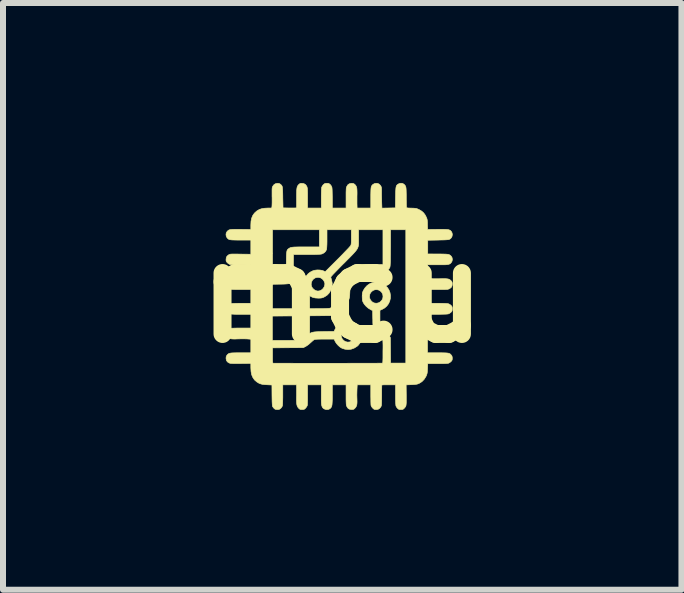
<source format=kicad_pcb>
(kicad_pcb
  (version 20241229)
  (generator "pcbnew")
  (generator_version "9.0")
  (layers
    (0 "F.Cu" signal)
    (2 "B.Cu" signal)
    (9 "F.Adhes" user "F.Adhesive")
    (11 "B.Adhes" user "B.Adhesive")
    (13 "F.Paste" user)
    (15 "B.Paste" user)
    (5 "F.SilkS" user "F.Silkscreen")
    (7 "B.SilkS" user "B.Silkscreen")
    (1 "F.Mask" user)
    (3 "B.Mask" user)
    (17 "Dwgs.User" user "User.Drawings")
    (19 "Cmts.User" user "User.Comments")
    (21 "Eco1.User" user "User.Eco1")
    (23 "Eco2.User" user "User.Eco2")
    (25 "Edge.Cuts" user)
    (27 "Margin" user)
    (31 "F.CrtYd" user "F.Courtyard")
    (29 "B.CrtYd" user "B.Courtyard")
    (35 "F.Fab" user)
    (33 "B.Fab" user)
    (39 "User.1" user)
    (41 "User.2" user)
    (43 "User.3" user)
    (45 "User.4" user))
  (footprint "mcu"
    (layer "F.Cu")
    (at 2.656 1.829)
    (property "Reference" "mcu" (at 0 0 0) (layer "F.SilkS") (effects (font (size 1.524 1.524) (thickness 0.3))))
    (attr through_hole)
    (fp_poly (pts (xy 1.007 -1.82) (xy 1.03 -1.807) (xy 1.03 -1.806) (xy 1.041 -1.796) (xy 1.05 -1.785) (xy 1.056 -1.773) (xy 1.061 -1.759) (xy 1.064 -1.739) (xy 1.066 -1.713) (xy 1.067 -1.679) (xy 1.068 -1.634) (xy 1.068 -1.597) (xy 1.068 -1.553) (xy 1.069 -1.512) (xy 1.069 -1.477) (xy 1.07 -1.45) (xy 1.071 -1.432) (xy 1.071 -1.426) (xy 1.073 -1.42) (xy 1.077 -1.416) (xy 1.084 -1.413) (xy 1.098 -1.411) (xy 1.12 -1.41) (xy 1.153 -1.409) (xy 1.155 -1.409) (xy 1.189 -1.408) (xy 1.213 -1.406) (xy 1.232 -1.404) (xy 1.248 -1.399) (xy 1.264 -1.392) (xy 1.284 -1.383) (xy 1.326 -1.358) (xy 1.358 -1.329) (xy 1.385 -1.292) (xy 1.399 -1.264) (xy 1.407 -1.246) (xy 1.413 -1.231) (xy 1.417 -1.214) (xy 1.419 -1.194) (xy 1.421 -1.167) (xy 1.421 -1.138) (xy 1.424 -1.053) (xy 1.593 -1.055) (xy 1.648 -1.055) (xy 1.692 -1.055) (xy 1.726 -1.054) (xy 1.753 -1.052) (xy 1.773 -1.049) (xy 1.788 -1.044) (xy 1.8 -1.038) (xy 1.81 -1.029) (xy 1.82 -1.018) (xy 1.821 -1.017) (xy 1.832 -0.994) (xy 1.836 -0.966) (xy 1.831 -0.938) (xy 1.819 -0.915) (xy 1.81 -0.905) (xy 1.802 -0.897) (xy 1.792 -0.891) (xy 1.779 -0.886) (xy 1.763 -0.883) (xy 1.74 -0.881) (xy 1.71 -0.879) (xy 1.671 -0.878) (xy 1.621 -0.877) (xy 1.6 -0.876) (xy 1.426 -0.873) (xy 1.426 -0.645) (xy 1.594 -0.644) (xy 1.648 -0.644) (xy 1.691 -0.643) (xy 1.725 -0.642) (xy 1.75 -0.64) (xy 1.77 -0.637) (xy 1.785 -0.632) (xy 1.796 -0.626) (xy 1.807 -0.617) (xy 1.817 -0.607) (xy 1.819 -0.605) (xy 1.832 -0.582) (xy 1.836 -0.555) (xy 1.832 -0.526) (xy 1.818 -0.502) (xy 1.818 -0.501) (xy 1.808 -0.491) (xy 1.799 -0.482) (xy 1.787 -0.476) (xy 1.772 -0.471) (xy 1.753 -0.468) (xy 1.727 -0.465) (xy 1.693 -0.464) (xy 1.649 -0.464) (xy 1.595 -0.464) (xy 1.591 -0.464) (xy 1.422 -0.464) (xy 1.422 -0.237) (xy 1.487 -0.233) (xy 1.519 -0.231) (xy 1.559 -0.231) (xy 1.601 -0.231) (xy 1.642 -0.232) (xy 1.647 -0.232) (xy 1.694 -0.233) (xy 1.73 -0.232) (xy 1.757 -0.229) (xy 1.779 -0.224) (xy 1.795 -0.215) (xy 1.81 -0.204) (xy 1.814 -0.199) (xy 1.827 -0.184) (xy 1.833 -0.169) (xy 1.835 -0.149) (xy 1.835 -0.143) (xy 1.831 -0.112) (xy 1.819 -0.089) (xy 1.796 -0.07) (xy 1.784 -0.063) (xy 1.776 -0.06) (xy 1.766 -0.057) (xy 1.755 -0.054) (xy 1.738 -0.053) (xy 1.716 -0.052) (xy 1.687 -0.051) (xy 1.648 -0.051) (xy 1.598 -0.051) (xy 1.591 -0.051) (xy 1.422 -0.051) (xy 1.422 0.178) (xy 1.583 0.178) (xy 1.635 0.178) (xy 1.681 0.179) (xy 1.719 0.18) (xy 1.748 0.182) (xy 1.766 0.184) (xy 1.768 0.185) (xy 1.789 0.194) (xy 1.809 0.208) (xy 1.814 0.213) (xy 1.826 0.226) (xy 1.833 0.239) (xy 1.835 0.257) (xy 1.835 0.27) (xy 1.834 0.292) (xy 1.831 0.306) (xy 1.822 0.319) (xy 1.814 0.327) (xy 1.795 0.342) (xy 1.774 0.353) (xy 1.768 0.355) (xy 1.753 0.357) (xy 1.727 0.359) (xy 1.692 0.36) (xy 1.647 0.361) (xy 1.596 0.362) (xy 1.583 0.362) (xy 1.422 0.362) (xy 1.422 0.591) (xy 1.589 0.591) (xy 1.64 0.591) (xy 1.681 0.591) (xy 1.712 0.592) (xy 1.735 0.593) (xy 1.752 0.595) (xy 1.765 0.597) (xy 1.775 0.6) (xy 1.782 0.603) (xy 1.81 0.62) (xy 1.827 0.642) (xy 1.835 0.67) (xy 1.835 0.683) (xy 1.834 0.705) (xy 1.83 0.719) (xy 1.819 0.733) (xy 1.813 0.739) (xy 1.796 0.754) (xy 1.777 0.764) (xy 1.752 0.77) (xy 1.721 0.773) (xy 1.681 0.774) (xy 1.665 0.773) (xy 1.627 0.773) (xy 1.583 0.773) (xy 1.538 0.773) (xy 1.507 0.773) (xy 1.422 0.775) (xy 1.422 1.003) (xy 1.591 1.003) (xy 1.646 1.003) (xy 1.69 1.004) (xy 1.725 1.005) (xy 1.751 1.007) (xy 1.771 1.01) (xy 1.786 1.015) (xy 1.798 1.021) (xy 1.808 1.03) (xy 1.817 1.04) (xy 1.818 1.041) (xy 1.829 1.057) (xy 1.834 1.075) (xy 1.835 1.095) (xy 1.834 1.116) (xy 1.829 1.131) (xy 1.818 1.145) (xy 1.812 1.151) (xy 1.791 1.168) (xy 1.769 1.178) (xy 1.766 1.179) (xy 1.753 1.18) (xy 1.73 1.182) (xy 1.698 1.183) (xy 1.66 1.183) (xy 1.617 1.184) (xy 1.584 1.184) (xy 1.426 1.184) (xy 1.422 1.269) (xy 1.42 1.303) (xy 1.418 1.329) (xy 1.415 1.348) (xy 1.41 1.364) (xy 1.404 1.381) (xy 1.395 1.4) (xy 1.365 1.447) (xy 1.328 1.485) (xy 1.285 1.512) (xy 1.271 1.518) (xy 1.252 1.525) (xy 1.231 1.529) (xy 1.205 1.532) (xy 1.171 1.534) (xy 1.151 1.535) (xy 1.066 1.538) (xy 1.068 1.707) (xy 1.068 1.76) (xy 1.068 1.802) (xy 1.068 1.835) (xy 1.066 1.86) (xy 1.064 1.878) (xy 1.06 1.893) (xy 1.054 1.904) (xy 1.046 1.914) (xy 1.037 1.925) (xy 1.033 1.929) (xy 1.02 1.941) (xy 1.008 1.947) (xy 0.991 1.949) (xy 0.978 1.949) (xy 0.956 1.949) (xy 0.942 1.945) (xy 0.93 1.936) (xy 0.922 1.929) (xy 0.908 1.912) (xy 0.898 1.894) (xy 0.896 1.89) (xy 0.894 1.878) (xy 0.892 1.854) (xy 0.89 1.82) (xy 0.889 1.777) (xy 0.889 1.725) (xy 0.889 1.705) (xy 0.889 1.537) (xy 0.775 1.537) (xy 0.734 1.537) (xy 0.704 1.537) (xy 0.684 1.538) (xy 0.671 1.539) (xy 0.664 1.541) (xy 0.66 1.545) (xy 0.659 1.549) (xy 0.659 1.551) (xy 0.659 1.561) (xy 0.659 1.582) (xy 0.658 1.612) (xy 0.658 1.649) (xy 0.658 1.69) (xy 0.658 1.724) (xy 0.657 1.773) (xy 0.657 1.811) (xy 0.656 1.84) (xy 0.655 1.862) (xy 0.654 1.877) (xy 0.651 1.888) (xy 0.648 1.896) (xy 0.644 1.904) (xy 0.643 1.906) (xy 0.623 1.93) (xy 0.601 1.944) (xy 0.572 1.949) (xy 0.564 1.949) (xy 0.544 1.948) (xy 0.53 1.944) (xy 0.516 1.933) (xy 0.508 1.925) (xy 0.493 1.907) (xy 0.483 1.888) (xy 0.48 1.88) (xy 0.479 1.868) (xy 0.478 1.845) (xy 0.477 1.814) (xy 0.477 1.776) (xy 0.476 1.733) (xy 0.476 1.698) (xy 0.476 1.537) (xy 0.25 1.537) (xy 0.246 1.623) (xy 0.245 1.663) (xy 0.244 1.707) (xy 0.245 1.749) (xy 0.246 1.78) (xy 0.247 1.824) (xy 0.245 1.858) (xy 0.239 1.885) (xy 0.229 1.906) (xy 0.215 1.924) (xy 0.212 1.927) (xy 0.197 1.941) (xy 0.184 1.947) (xy 0.166 1.949) (xy 0.156 1.949) (xy 0.125 1.945) (xy 0.1 1.932) (xy 0.082 1.908) (xy 0.076 1.896) (xy 0.072 1.887) (xy 0.069 1.876) (xy 0.067 1.863) (xy 0.066 1.844) (xy 0.065 1.819) (xy 0.064 1.786) (xy 0.064 1.744) (xy 0.064 1.703) (xy 0.064 1.537) (xy -0.165 1.537) (xy -0.165 1.703) (xy -0.165 1.76) (xy -0.166 1.805) (xy -0.168 1.841) (xy -0.17 1.868) (xy -0.174 1.889) (xy -0.18 1.905) (xy -0.187 1.917) (xy -0.197 1.928) (xy -0.206 1.936) (xy -0.229 1.947) (xy -0.258 1.95) (xy -0.286 1.945) (xy -0.306 1.936) (xy -0.321 1.924) (xy -0.331 1.91) (xy -0.339 1.892) (xy -0.345 1.868) (xy -0.348 1.837) (xy -0.349 1.797) (xy -0.349 1.751) (xy -0.349 1.709) (xy -0.349 1.668) (xy -0.349 1.631) (xy -0.349 1.601) (xy -0.349 1.586) (xy -0.349 1.537) (xy -0.578 1.537) (xy -0.578 1.698) (xy -0.578 1.743) (xy -0.578 1.785) (xy -0.579 1.822) (xy -0.58 1.851) (xy -0.581 1.871) (xy -0.582 1.88) (xy -0.589 1.896) (xy -0.602 1.915) (xy -0.61 1.925) (xy -0.624 1.939) (xy -0.637 1.946) (xy -0.653 1.949) (xy -0.669 1.949) (xy -0.691 1.949) (xy -0.705 1.945) (xy -0.718 1.936) (xy -0.726 1.928) (xy -0.739 1.912) (xy -0.749 1.894) (xy -0.756 1.872) (xy -0.76 1.843) (xy -0.762 1.806) (xy -0.762 1.759) (xy -0.761 1.719) (xy -0.761 1.676) (xy -0.761 1.636) (xy -0.761 1.603) (xy -0.761 1.602) (xy -0.762 1.537) (xy -0.991 1.537) (xy -0.991 1.7) (xy -0.991 1.747) (xy -0.992 1.79) (xy -0.993 1.828) (xy -0.994 1.858) (xy -0.996 1.879) (xy -0.997 1.887) (xy -1.007 1.907) (xy -1.022 1.926) (xy -1.026 1.93) (xy -1.042 1.942) (xy -1.057 1.948) (xy -1.079 1.949) (xy -1.082 1.949) (xy -1.105 1.948) (xy -1.12 1.943) (xy -1.134 1.933) (xy -1.136 1.931) (xy -1.15 1.915) (xy -1.161 1.898) (xy -1.163 1.895) (xy -1.165 1.881) (xy -1.167 1.856) (xy -1.169 1.819) (xy -1.17 1.77) (xy -1.171 1.711) (xy -1.171 1.708) (xy -1.172 1.54) (xy -1.254 1.536) (xy -1.299 1.533) (xy -1.334 1.529) (xy -1.362 1.521) (xy -1.388 1.511) (xy -1.414 1.495) (xy -1.425 1.488) (xy -1.462 1.456) (xy -1.489 1.417) (xy -1.509 1.372) (xy -1.52 1.317) (xy -1.524 1.254) (xy -1.524 1.18) (xy -1.694 1.182) (xy -1.745 1.182) (xy -1.786 1.182) (xy -1.817 1.182) (xy -1.84 1.181) (xy -1.858 1.18) (xy -1.87 1.178) (xy -1.88 1.175) (xy -1.888 1.172) (xy -1.915 1.154) (xy -1.931 1.13) (xy -1.937 1.098) (xy -1.937 1.093) (xy -1.935 1.07) (xy -1.928 1.053) (xy -1.92 1.041) (xy -1.91 1.03) (xy -1.9 1.022) (xy -1.889 1.015) (xy -1.874 1.011) (xy -1.854 1.007) (xy -1.828 1.005) (xy -1.795 1.004) (xy -1.751 1.003) (xy -1.697 1.003) (xy -1.524 1.003) (xy -1.524 0.777) (xy -1.587 0.772) (xy -1.619 0.771) (xy -1.658 0.771) (xy -1.7 0.771) (xy -1.74 0.772) (xy -1.742 0.772) (xy -1.79 0.774) (xy -1.828 0.773) (xy -1.857 0.77) (xy -1.88 0.763) (xy -1.898 0.753) (xy -1.915 0.739) (xy -1.915 0.738) (xy -1.928 0.724) (xy -1.934 0.712) (xy -1.937 0.694) (xy -1.937 0.681) (xy -1.936 0.66) (xy -1.932 0.646) (xy -1.923 0.633) (xy -1.912 0.622) (xy -1.894 0.608) (xy -1.875 0.597) (xy -1.867 0.595) (xy -1.855 0.594) (xy -1.832 0.593) (xy -1.801 0.592) (xy -1.763 0.591) (xy -1.72 0.591) (xy -1.685 0.591) (xy -1.524 0.591) (xy -1.524 0.391) (xy -1.165 0.391) (xy -1.165 0.797) (xy -0.927 0.797) (xy -0.864 0.796) (xy -0.811 0.796) (xy -0.769 0.796) (xy -0.735 0.795) (xy -0.708 0.792) (xy -0.686 0.789) (xy -0.669 0.784) (xy -0.654 0.777) (xy -0.64 0.768) (xy -0.627 0.756) (xy -0.611 0.742) (xy -0.595 0.727) (xy -0.575 0.708) (xy -0.018 0.708) (xy -0.013 0.742) (xy 0.001 0.772) (xy 0.025 0.799) (xy 0.055 0.817) (xy 0.088 0.825) (xy 0.122 0.823) (xy 0.142 0.815) (xy 0.168 0.799) (xy 0.186 0.779) (xy 0.198 0.761) (xy 0.208 0.727) (xy 0.208 0.694) (xy 0.198 0.663) (xy 0.18 0.636) (xy 0.156 0.615) (xy 0.126 0.602) (xy 0.093 0.597) (xy 0.061 0.603) (xy 0.028 0.62) (xy 0.004 0.644) (xy -0.012 0.675) (xy -0.018 0.708) (xy -0.575 0.708) (xy -0.573 0.706) (xy -0.554 0.69) (xy -0.535 0.677) (xy -0.516 0.668) (xy -0.494 0.661) (xy -0.467 0.656) (xy -0.434 0.653) (xy -0.394 0.651) (xy -0.343 0.65) (xy -0.305 0.649) (xy -0.136 0.647) (xy -0.122 0.616) (xy -0.104 0.586) (xy -0.079 0.555) (xy -0.051 0.526) (xy -0.023 0.504) (xy -0.012 0.498) (xy 0.035 0.481) (xy 0.085 0.475) (xy 0.137 0.479) (xy 0.187 0.492) (xy 0.232 0.515) (xy 0.259 0.536) (xy 0.285 0.566) (xy 0.307 0.603) (xy 0.323 0.645) (xy 0.333 0.687) (xy 0.334 0.725) (xy 0.333 0.735) (xy 0.319 0.792) (xy 0.296 0.84) (xy 0.266 0.879) (xy 0.249 0.894) (xy 0.201 0.924) (xy 0.15 0.943) (xy 0.097 0.949) (xy 0.044 0.943) (xy -0.003 0.928) (xy -0.035 0.909) (xy -0.067 0.881) (xy -0.095 0.849) (xy -0.117 0.816) (xy -0.118 0.813) (xy -0.136 0.775) (xy -0.29 0.775) (xy -0.339 0.775) (xy -0.383 0.776) (xy -0.418 0.777) (xy -0.444 0.779) (xy -0.459 0.781) (xy -0.461 0.781) (xy -0.473 0.788) (xy -0.491 0.802) (xy -0.512 0.821) (xy -0.529 0.836) (xy -0.559 0.863) (xy -0.589 0.885) (xy -0.614 0.9) (xy -0.615 0.901) (xy -0.651 0.918) (xy -0.906 0.919) (xy -1.162 0.921) (xy -1.162 1.048) (xy -1.162 1.091) (xy -1.162 1.123) (xy -1.161 1.146) (xy -1.16 1.161) (xy -1.158 1.17) (xy -1.155 1.175) (xy -1.151 1.176) (xy -1.144 1.177) (xy -1.125 1.177) (xy -1.095 1.177) (xy -1.055 1.177) (xy -1.005 1.177) (xy -0.948 1.177) (xy -0.882 1.177) (xy -0.811 1.178) (xy -0.733 1.178) (xy -0.651 1.178) (xy -0.565 1.178) (xy -0.476 1.178) (xy -0.384 1.178) (xy -0.291 1.178) (xy -0.198 1.178) (xy -0.105 1.178) (xy -0.013 1.178) (xy 0.077 1.178) (xy 0.163 1.177) (xy 0.246 1.177) (xy 0.324 1.177) (xy 0.396 1.177) (xy 0.462 1.177) (xy 0.52 1.177) (xy 0.571 1.177) (xy 0.612 1.176) (xy 0.643 1.176) (xy 0.663 1.176) (xy 0.671 1.176) (xy 0.672 1.176) (xy 0.674 1.173) (xy 0.676 1.163) (xy 0.677 1.147) (xy 0.678 1.122) (xy 0.679 1.088) (xy 0.679 1.044) (xy 0.679 0.988) (xy 0.679 0.976) (xy 0.68 0.92) (xy 0.68 0.875) (xy 0.679 0.839) (xy 0.678 0.811) (xy 0.675 0.789) (xy 0.67 0.771) (xy 0.663 0.756) (xy 0.653 0.742) (xy 0.64 0.727) (xy 0.623 0.709) (xy 0.602 0.687) (xy 0.601 0.686) (xy 0.577 0.66) (xy 0.555 0.634) (xy 0.538 0.611) (xy 0.527 0.594) (xy 0.527 0.593) (xy 0.522 0.582) (xy 0.518 0.572) (xy 0.515 0.559) (xy 0.513 0.543) (xy 0.511 0.521) (xy 0.51 0.492) (xy 0.51 0.453) (xy 0.509 0.431) (xy 0.507 0.3) (xy 0.473 0.283) (xy 0.434 0.259) (xy 0.399 0.229) (xy 0.369 0.195) (xy 0.351 0.166) (xy 0.343 0.148) (xy 0.337 0.131) (xy 0.335 0.113) (xy 0.334 0.088) (xy 0.333 0.067) (xy 0.334 0.049) (xy 0.454 0.049) (xy 0.455 0.083) (xy 0.467 0.116) (xy 0.489 0.145) (xy 0.513 0.164) (xy 0.543 0.175) (xy 0.576 0.177) (xy 0.609 0.169) (xy 0.633 0.155) (xy 0.66 0.128) (xy 0.675 0.1) (xy 0.68 0.067) (xy 0.68 0.065) (xy 0.676 0.03) (xy 0.661 -0.000133) (xy 0.644 -0.02) (xy 0.613 -0.041) (xy 0.58 -0.05) (xy 0.545 -0.048) (xy 0.512 -0.035) (xy 0.485 -0.013) (xy 0.464 0.017) (xy 0.454 0.049) (xy 0.334 0.049) (xy 0.334 0.036) (xy 0.335 0.015) (xy 0.339 -0.003) (xy 0.345 -0.02) (xy 0.354 -0.039) (xy 0.381 -0.081) (xy 0.415 -0.118) (xy 0.455 -0.146) (xy 0.481 -0.159) (xy 0.502 -0.166) (xy 0.523 -0.17) (xy 0.547 -0.171) (xy 0.575 -0.17) (xy 0.606 -0.168) (xy 0.629 -0.165) (xy 0.65 -0.158) (xy 0.673 -0.148) (xy 0.675 -0.147) (xy 0.719 -0.119) (xy 0.754 -0.084) (xy 0.78 -0.043) (xy 0.797 0.001) (xy 0.804 0.048) (xy 0.803 0.095) (xy 0.792 0.141) (xy 0.773 0.184) (xy 0.744 0.223) (xy 0.707 0.256) (xy 0.664 0.28) (xy 0.629 0.295) (xy 0.629 0.404) (xy 0.629 0.443) (xy 0.63 0.478) (xy 0.632 0.506) (xy 0.634 0.525) (xy 0.635 0.531) (xy 0.642 0.542) (xy 0.656 0.56) (xy 0.675 0.582) (xy 0.698 0.606) (xy 0.706 0.614) (xy 0.74 0.651) (xy 0.765 0.682) (xy 0.782 0.708) (xy 0.786 0.716) (xy 0.803 0.752) (xy 0.805 0.964) (xy 0.807 1.175) (xy 1.06 1.175) (xy 1.06 -1.048) (xy 0.806 -1.048) (xy 0.806 -0.951) (xy 0.806 -0.856) (xy 0.806 -0.773) (xy 0.805 -0.701) (xy 0.805 -0.64) (xy 0.804 -0.587) (xy 0.804 -0.544) (xy 0.803 -0.508) (xy 0.801 -0.48) (xy 0.8 -0.457) (xy 0.798 -0.44) (xy 0.796 -0.428) (xy 0.794 -0.42) (xy 0.792 -0.415) (xy 0.772 -0.387) (xy 0.748 -0.364) (xy 0.722 -0.35) (xy 0.719 -0.35) (xy 0.706 -0.348) (xy 0.682 -0.346) (xy 0.649 -0.345) (xy 0.61 -0.344) (xy 0.566 -0.343) (xy 0.539 -0.343) (xy 0.488 -0.343) (xy 0.445 -0.342) (xy 0.409 -0.341) (xy 0.382 -0.339) (xy 0.366 -0.337) (xy 0.364 -0.336) (xy 0.355 -0.33) (xy 0.338 -0.316) (xy 0.316 -0.297) (xy 0.29 -0.273) (xy 0.262 -0.246) (xy 0.234 -0.218) (xy 0.206 -0.191) (xy 0.182 -0.166) (xy 0.162 -0.144) (xy 0.148 -0.128) (xy 0.144 -0.124) (xy 0.139 -0.116) (xy 0.135 -0.105) (xy 0.132 -0.091) (xy 0.13 -0.07) (xy 0.128 -0.042) (xy 0.127 -0.007) (xy 0.125 0.032) (xy 0.122 0.064) (xy 0.118 0.09) (xy 0.111 0.114) (xy 0.099 0.136) (xy 0.083 0.158) (xy 0.061 0.184) (xy 0.033 0.214) (xy -0.004 0.252) (xy -0.007 0.255) (xy -0.043 0.29) (xy -0.072 0.318) (xy -0.096 0.338) (xy -0.115 0.353) (xy -0.131 0.363) (xy -0.139 0.367) (xy -0.175 0.384) (xy -1.165 0.391) (xy -1.524 0.391) (xy -1.524 0.362) (xy -1.691 0.362) (xy -1.747 0.362) (xy -1.793 0.361) (xy -1.829 0.359) (xy -1.856 0.357) (xy -1.877 0.353) (xy -1.893 0.347) (xy -1.905 0.339) (xy -1.915 0.329) (xy -1.923 0.319) (xy -1.934 0.293) (xy -1.937 0.264) (xy -1.931 0.235) (xy -1.923 0.221) (xy -1.914 0.209) (xy -1.903 0.199) (xy -1.891 0.192) (xy -1.875 0.187) (xy -1.853 0.183) (xy -1.824 0.18) (xy -1.787 0.179) (xy -1.74 0.178) (xy -1.691 0.178) (xy -1.524 0.178) (xy -1.524 -0.051) (xy -1.691 -0.051) (xy -1.747 -0.051) (xy -1.792 -0.052) (xy -1.828 -0.053) (xy -1.855 -0.056) (xy -1.876 -0.06) (xy -1.892 -0.065) (xy -1.904 -0.073) (xy -1.915 -0.082) (xy -1.923 -0.092) (xy -1.934 -0.115) (xy -1.937 -0.139) (xy -1.162 -0.139) (xy -1.162 0.267) (xy -0.689 0.267) (xy -0.6 0.267) (xy -0.523 0.267) (xy -0.456 0.267) (xy -0.4 0.266) (xy -0.353 0.266) (xy -0.314 0.266) (xy -0.283 0.265) (xy -0.258 0.264) (xy -0.238 0.263) (xy -0.223 0.262) (xy -0.212 0.261) (xy -0.204 0.259) (xy -0.198 0.257) (xy -0.193 0.255) (xy -0.192 0.255) (xy -0.183 0.248) (xy -0.167 0.234) (xy -0.146 0.215) (xy -0.121 0.192) (xy -0.095 0.167) (xy -0.069 0.142) (xy -0.045 0.118) (xy -0.024 0.097) (xy -0.009 0.081) (xy -0.000401 0.071) (xy 0.001 0.069) (xy 0.001 0.062) (xy 0.002 0.045) (xy 0.003 0.019) (xy 0.005 -0.012) (xy 0.006 -0.035) (xy 0.008 -0.073) (xy 0.009 -0.102) (xy 0.012 -0.122) (xy 0.015 -0.138) (xy 0.019 -0.151) (xy 0.026 -0.165) (xy 0.031 -0.176) (xy 0.042 -0.193) (xy 0.057 -0.213) (xy 0.077 -0.236) (xy 0.104 -0.265) (xy 0.139 -0.3) (xy 0.155 -0.316) (xy 0.196 -0.357) (xy 0.232 -0.389) (xy 0.264 -0.415) (xy 0.294 -0.435) (xy 0.324 -0.449) (xy 0.356 -0.459) (xy 0.393 -0.465) (xy 0.436 -0.468) (xy 0.488 -0.47) (xy 0.544 -0.47) (xy 0.679 -0.47) (xy 0.679 -1.048) (xy 0.273 -1.048) (xy 0.273 -0.915) (xy 0.273 -0.876) (xy 0.273 -0.844) (xy 0.273 -0.816) (xy 0.271 -0.792) (xy 0.267 -0.77) (xy 0.26 -0.75) (xy 0.25 -0.729) (xy 0.236 -0.708) (xy 0.217 -0.684) (xy 0.193 -0.657) (xy 0.163 -0.625) (xy 0.126 -0.587) (xy 0.082 -0.543) (xy 0.03 -0.49) (xy 0.028 -0.489) (xy -0.016 -0.445) (xy -0.056 -0.404) (xy -0.093 -0.366) (xy -0.125 -0.333) (xy -0.152 -0.305) (xy -0.172 -0.283) (xy -0.185 -0.268) (xy -0.19 -0.261) (xy -0.191 -0.261) (xy -0.189 -0.251) (xy -0.184 -0.233) (xy -0.178 -0.21) (xy -0.177 -0.208) (xy -0.167 -0.159) (xy -0.168 -0.112) (xy -0.18 -0.065) (xy -0.194 -0.034) (xy -0.218 0.007) (xy -0.249 0.04) (xy -0.288 0.066) (xy -0.305 0.075) (xy -0.323 0.083) (xy -0.34 0.088) (xy -0.36 0.091) (xy -0.386 0.092) (xy -0.4 0.092) (xy -0.449 0.089) (xy -0.489 0.08) (xy -0.524 0.064) (xy -0.557 0.039) (xy -0.569 0.028) (xy -0.603 -0.014) (xy -0.627 -0.061) (xy -0.639 -0.111) (xy -0.64 -0.14) (xy -0.518 -0.14) (xy -0.513 -0.107) (xy -0.496 -0.076) (xy -0.47 -0.051) (xy -0.448 -0.037) (xy -0.425 -0.029) (xy -0.406 -0.026) (xy -0.383 -0.029) (xy -0.371 -0.032) (xy -0.343 -0.046) (xy -0.319 -0.068) (xy -0.301 -0.096) (xy -0.291 -0.127) (xy -0.29 -0.157) (xy -0.292 -0.164) (xy -0.307 -0.199) (xy -0.33 -0.226) (xy -0.358 -0.245) (xy -0.39 -0.254) (xy -0.422 -0.254) (xy -0.454 -0.244) (xy -0.482 -0.224) (xy -0.496 -0.208) (xy -0.513 -0.175) (xy -0.518 -0.14) (xy -0.64 -0.14) (xy -0.641 -0.162) (xy -0.63 -0.214) (xy -0.608 -0.263) (xy -0.593 -0.286) (xy -0.566 -0.317) (xy -0.531 -0.343) (xy -0.492 -0.363) (xy -0.458 -0.373) (xy -0.418 -0.378) (xy -0.376 -0.377) (xy -0.337 -0.371) (xy -0.314 -0.363) (xy -0.283 -0.349) (xy -0.075 -0.557) (xy -0.032 -0.6) (xy 0.008 -0.641) (xy 0.044 -0.679) (xy 0.077 -0.713) (xy 0.104 -0.741) (xy 0.124 -0.764) (xy 0.138 -0.779) (xy 0.142 -0.786) (xy 0.146 -0.796) (xy 0.149 -0.81) (xy 0.151 -0.831) (xy 0.152 -0.858) (xy 0.152 -0.896) (xy 0.152 -0.927) (xy 0.152 -1.048) (xy -0.254 -1.048) (xy -0.254 -0.897) (xy -0.254 -0.846) (xy -0.255 -0.802) (xy -0.257 -0.765) (xy -0.259 -0.738) (xy -0.261 -0.722) (xy -0.261 -0.721) (xy -0.275 -0.691) (xy -0.299 -0.666) (xy -0.33 -0.648) (xy -0.35 -0.642) (xy -0.367 -0.64) (xy -0.396 -0.638) (xy -0.436 -0.636) (xy -0.485 -0.635) (xy -0.543 -0.635) (xy -0.581 -0.635) (xy -0.63 -0.635) (xy -0.676 -0.635) (xy -0.717 -0.635) (xy -0.751 -0.635) (xy -0.777 -0.635) (xy -0.792 -0.635) (xy -0.795 -0.635) (xy -0.812 -0.635) (xy -0.814 -0.43) (xy -0.816 -0.225) (xy -0.832 -0.197) (xy -0.842 -0.181) (xy -0.853 -0.168) (xy -0.866 -0.159) (xy -0.884 -0.152) (xy -0.907 -0.147) (xy -0.938 -0.144) (xy -0.978 -0.142) (xy -1.029 -0.141) (xy -1.03 -0.141) (xy -1.162 -0.139) (xy -1.937 -0.139) (xy -1.937 -0.143) (xy -1.933 -0.171) (xy -1.924 -0.191) (xy -1.913 -0.204) (xy -1.903 -0.214) (xy -1.89 -0.221) (xy -1.872 -0.226) (xy -1.849 -0.229) (xy -1.817 -0.231) (xy -1.776 -0.232) (xy -1.746 -0.232) (xy -1.704 -0.232) (xy -1.662 -0.232) (xy -1.624 -0.233) (xy -1.593 -0.233) (xy -1.573 -0.234) (xy -1.524 -0.235) (xy -1.524 -0.464) (xy -1.685 -0.464) (xy -1.73 -0.464) (xy -1.772 -0.464) (xy -1.809 -0.465) (xy -1.838 -0.466) (xy -1.859 -0.467) (xy -1.867 -0.468) (xy -1.883 -0.474) (xy -1.903 -0.487) (xy -1.912 -0.495) (xy -1.927 -0.511) (xy -1.934 -0.524) (xy -1.937 -0.54) (xy -1.937 -0.552) (xy -1.933 -0.583) (xy -1.922 -0.606) (xy -1.9 -0.626) (xy -1.893 -0.63) (xy -1.886 -0.634) (xy -1.879 -0.637) (xy -1.87 -0.64) (xy -1.857 -0.642) (xy -1.84 -0.643) (xy -1.816 -0.643) (xy -1.784 -0.643) (xy -1.742 -0.643) (xy -1.697 -0.642) (xy -1.524 -0.64) (xy -1.524 -0.876) (xy -1.692 -0.876) (xy -1.748 -0.876) (xy -1.792 -0.877) (xy -1.826 -0.878) (xy -1.853 -0.88) (xy -1.873 -0.883) (xy -1.888 -0.888) (xy -1.9 -0.894) (xy -1.909 -0.903) (xy -1.919 -0.913) (xy -1.92 -0.914) (xy -1.933 -0.939) (xy -1.938 -0.967) (xy -1.934 -0.994) (xy -1.921 -1.017) (xy -1.921 -1.018) (xy -1.91 -1.029) (xy -1.9 -1.037) (xy -1.889 -1.044) (xy -1.878 -1.048) (xy -1.162 -1.048) (xy -1.162 -0.658) (xy -1.162 -0.589) (xy -1.162 -0.524) (xy -1.162 -0.464) (xy -1.161 -0.409) (xy -1.161 -0.362) (xy -1.161 -0.323) (xy -1.16 -0.293) (xy -1.16 -0.274) (xy -1.159 -0.266) (xy -1.159 -0.266) (xy -1.153 -0.265) (xy -1.135 -0.265) (xy -1.109 -0.265) (xy -1.077 -0.265) (xy -1.047 -0.265) (xy -0.937 -0.266) (xy -0.933 -0.474) (xy -0.932 -0.535) (xy -0.931 -0.584) (xy -0.93 -0.624) (xy -0.928 -0.654) (xy -0.925 -0.678) (xy -0.922 -0.695) (xy -0.917 -0.708) (xy -0.911 -0.718) (xy -0.903 -0.726) (xy -0.893 -0.733) (xy -0.891 -0.735) (xy -0.88 -0.742) (xy -0.869 -0.748) (xy -0.857 -0.752) (xy -0.842 -0.755) (xy -0.822 -0.758) (xy -0.797 -0.76) (xy -0.764 -0.761) (xy -0.723 -0.762) (xy -0.672 -0.762) (xy -0.61 -0.762) (xy -0.381 -0.762) (xy -0.381 -1.048) (xy -1.162 -1.048) (xy -1.878 -1.048) (xy -1.874 -1.049) (xy -1.856 -1.052) (xy -1.832 -1.054) (xy -1.8 -1.055) (xy -1.759 -1.055) (xy -1.707 -1.055) (xy -1.694 -1.055) (xy -1.524 -1.053) (xy -1.524 -1.126) (xy -1.521 -1.189) (xy -1.51 -1.242) (xy -1.491 -1.287) (xy -1.464 -1.325) (xy -1.428 -1.358) (xy -1.415 -1.367) (xy -1.38 -1.387) (xy -1.34 -1.4) (xy -1.295 -1.407) (xy -1.241 -1.41) (xy -1.176 -1.41) (xy -1.172 -1.434) (xy -1.171 -1.448) (xy -1.17 -1.471) (xy -1.169 -1.504) (xy -1.169 -1.542) (xy -1.169 -1.584) (xy -1.17 -1.604) (xy -1.17 -1.651) (xy -1.17 -1.687) (xy -1.17 -1.713) (xy -1.169 -1.733) (xy -1.168 -1.747) (xy -1.165 -1.757) (xy -1.162 -1.766) (xy -1.157 -1.774) (xy -1.157 -1.775) (xy -1.136 -1.802) (xy -1.11 -1.817) (xy -1.078 -1.822) (xy -1.077 -1.822) (xy -1.053 -1.82) (xy -1.034 -1.81) (xy -1.029 -1.806) (xy -1.019 -1.797) (xy -1.011 -1.789) (xy -1.005 -1.779) (xy -1 -1.767) (xy -0.997 -1.75) (xy -0.995 -1.727) (xy -0.993 -1.697) (xy -0.992 -1.658) (xy -0.991 -1.608) (xy -0.991 -1.587) (xy -0.987 -1.413) (xy -0.875 -1.411) (xy -0.832 -1.411) (xy -0.801 -1.411) (xy -0.78 -1.412) (xy -0.768 -1.413) (xy -0.762 -1.416) (xy -0.761 -1.417) (xy -0.761 -1.426) (xy -0.761 -1.445) (xy -0.761 -1.473) (xy -0.761 -1.509) (xy -0.761 -1.549) (xy -0.761 -1.575) (xy -0.761 -1.63) (xy -0.76 -1.675) (xy -0.759 -1.71) (xy -0.756 -1.737) (xy -0.752 -1.758) (xy -0.746 -1.774) (xy -0.738 -1.787) (xy -0.728 -1.799) (xy -0.726 -1.801) (xy -0.711 -1.814) (xy -0.696 -1.821) (xy -0.677 -1.822) (xy -0.672 -1.822) (xy -0.639 -1.817) (xy -0.613 -1.802) (xy -0.593 -1.776) (xy -0.59 -1.769) (xy -0.586 -1.76) (xy -0.584 -1.749) (xy -0.581 -1.736) (xy -0.58 -1.718) (xy -0.579 -1.693) (xy -0.578 -1.66) (xy -0.578 -1.617) (xy -0.578 -1.576) (xy -0.578 -1.41) (xy -0.349 -1.41) (xy -0.349 -1.57) (xy -0.349 -1.618) (xy -0.348 -1.662) (xy -0.347 -1.7) (xy -0.345 -1.729) (xy -0.344 -1.749) (xy -0.343 -1.754) (xy -0.334 -1.774) (xy -0.32 -1.794) (xy -0.314 -1.8) (xy -0.299 -1.813) (xy -0.286 -1.82) (xy -0.269 -1.822) (xy -0.256 -1.822) (xy -0.235 -1.822) (xy -0.22 -1.817) (xy -0.207 -1.808) (xy -0.2 -1.802) (xy -0.185 -1.783) (xy -0.174 -1.761) (xy -0.172 -1.755) (xy -0.17 -1.741) (xy -0.168 -1.715) (xy -0.167 -1.679) (xy -0.166 -1.635) (xy -0.165 -1.584) (xy -0.165 -1.57) (xy -0.165 -1.41) (xy 0.064 -1.41) (xy 0.064 -1.576) (xy 0.064 -1.628) (xy 0.064 -1.668) (xy 0.065 -1.699) (xy 0.066 -1.722) (xy 0.067 -1.739) (xy 0.07 -1.752) (xy 0.073 -1.762) (xy 0.076 -1.769) (xy 0.094 -1.798) (xy 0.119 -1.815) (xy 0.15 -1.822) (xy 0.158 -1.822) (xy 0.179 -1.821) (xy 0.195 -1.815) (xy 0.211 -1.803) (xy 0.212 -1.802) (xy 0.226 -1.786) (xy 0.236 -1.767) (xy 0.243 -1.743) (xy 0.246 -1.712) (xy 0.247 -1.672) (xy 0.247 -1.645) (xy 0.246 -1.604) (xy 0.246 -1.558) (xy 0.246 -1.513) (xy 0.246 -1.487) (xy 0.248 -1.41) (xy 0.476 -1.41) (xy 0.476 -1.578) (xy 0.476 -1.633) (xy 0.477 -1.678) (xy 0.478 -1.712) (xy 0.48 -1.739) (xy 0.483 -1.759) (xy 0.488 -1.774) (xy 0.494 -1.785) (xy 0.503 -1.795) (xy 0.513 -1.805) (xy 0.514 -1.805) (xy 0.538 -1.818) (xy 0.566 -1.823) (xy 0.594 -1.82) (xy 0.617 -1.808) (xy 0.634 -1.791) (xy 0.646 -1.774) (xy 0.653 -1.755) (xy 0.656 -1.728) (xy 0.656 -1.693) (xy 0.656 -1.693) (xy 0.656 -1.664) (xy 0.656 -1.626) (xy 0.657 -1.583) (xy 0.658 -1.54) (xy 0.658 -1.519) (xy 0.662 -1.409) (xy 0.886 -1.413) (xy 0.889 -1.587) (xy 0.89 -1.641) (xy 0.891 -1.684) (xy 0.893 -1.717) (xy 0.895 -1.743) (xy 0.898 -1.761) (xy 0.902 -1.775) (xy 0.907 -1.786) (xy 0.914 -1.794) (xy 0.924 -1.803) (xy 0.927 -1.806) (xy 0.952 -1.819) (xy 0.98 -1.824) (xy 1.007 -1.82)) (stroke (width 0.01) (type solid)) (fill yes) (layer "F.SilkS")))
  (gr_rect
    (start -3 -3)
    (end 8.312 6.783)
    (stroke (width 0.1) (type default))
    (fill no)
    (layer "Edge.Cuts")))
</source>
